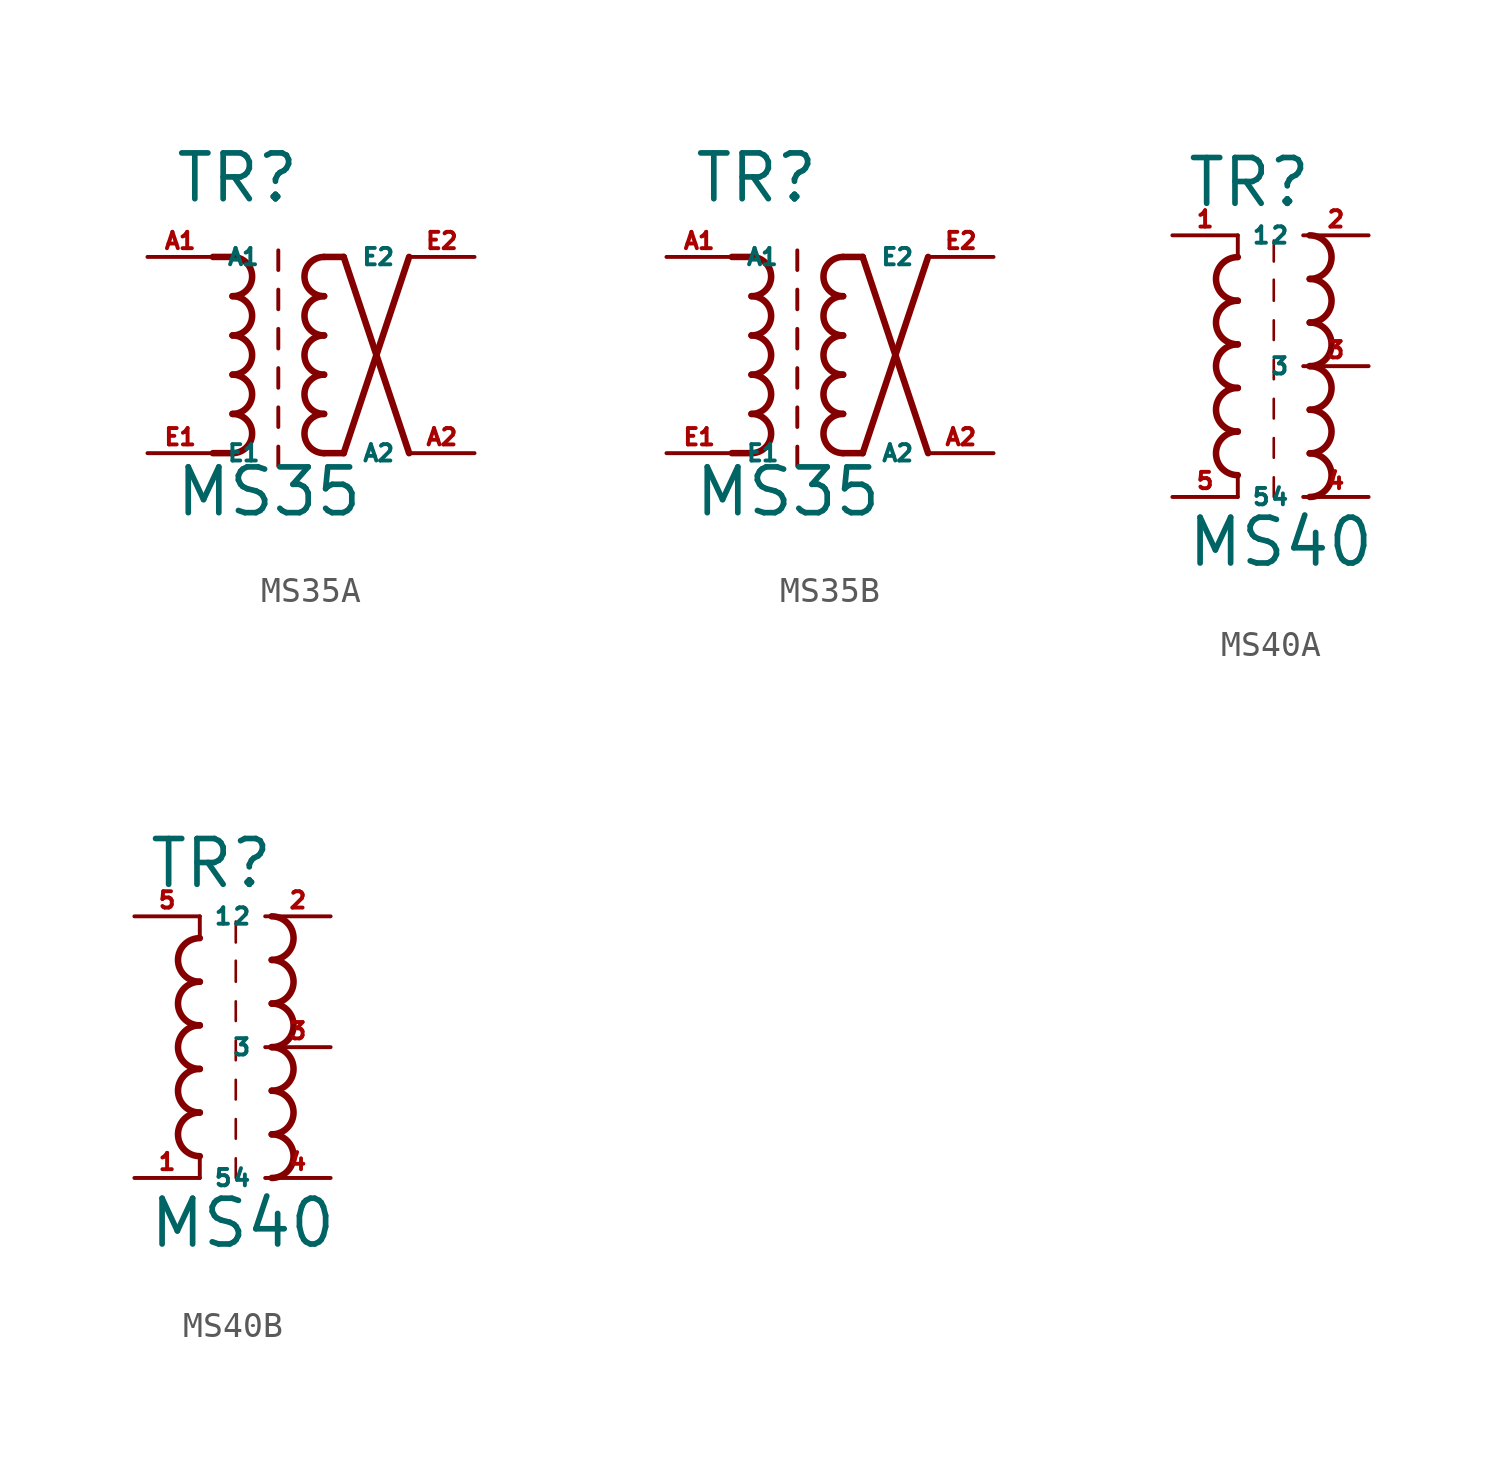
<source format=kicad_sym>
(kicad_symbol_lib
  (version 20220914)
  (generator kicad_symbol_editor)
  (symbol "MS35A"
    (property "Reference" "TR"
      (at -4.064 7.112 0)
      (effects (font (size 1.778 1.778) (thickness 0.22)) (justify left bottom)))
    (property "Value" "MS35"
      (at -4.064 -5.08 0)
      (effects (font (size 1.778 1.778) (thickness 0.22)) (justify left bottom)))
    (symbol "MS35A_1_1"
      (arc (start -1.778 -2.54) (mid -1.0193 -1.778) (end -1.778 -1.016) (stroke (width 0.254) (type default)) (fill (type none)))
      (arc (start -1.778 -1.016) (mid -1.0193 -0.254) (end -1.778 0.508) (stroke (width 0.254) (type default)) (fill (type none)))
      (arc (start -1.778 0.508) (mid -1.0193 1.27) (end -1.778 2.032) (stroke (width 0.254) (type default)) (fill (type none)))
      (arc (start -1.778 2.032) (mid -1.0193 2.794) (end -1.778 3.556) (stroke (width 0.254) (type default)) (fill (type none)))
      (arc (start -1.778 3.556) (mid -1.0193 4.318) (end -1.778 5.08) (stroke (width 0.254) (type default)) (fill (type none)))
      (polyline (pts (xy -1.778 -2.54) (xy -2.54 -2.54)) (stroke (width 0.254) (type default)) (fill (type none)))
      (polyline (pts (xy -1.778 5.08) (xy -2.54 5.08)) (stroke (width 0.254) (type default)) (fill (type none)))
      (polyline (pts (xy 0 -2.286) (xy 0 -3.048)) (stroke (width 0.152) (type default)) (fill (type none)))
      (polyline (pts (xy 0 -0.762) (xy 0 -1.524)) (stroke (width 0.152) (type default)) (fill (type none)))
      (polyline (pts (xy 0 0.762) (xy 0 0)) (stroke (width 0.152) (type default)) (fill (type none)))
      (polyline (pts (xy 0 2.286) (xy 0 1.524)) (stroke (width 0.152) (type default)) (fill (type none)))
      (polyline (pts (xy 0 3.81) (xy 0 3.048)) (stroke (width 0.152) (type default)) (fill (type none)))
      (polyline (pts (xy 0 5.334) (xy 0 4.572)) (stroke (width 0.152) (type default)) (fill (type none)))
      (polyline (pts (xy 1.778 -2.54) (xy 2.54 -2.54)) (stroke (width 0.254) (type default)) (fill (type none)))
      (polyline (pts (xy 1.778 5.08) (xy 2.54 5.08)) (stroke (width 0.254) (type default)) (fill (type none)))
      (polyline (pts (xy 2.54 -2.54) (xy 5.08 5.08)) (stroke (width 0.254) (type default)) (fill (type none)))
      (polyline (pts (xy 2.54 5.08) (xy 5.08 -2.54)) (stroke (width 0.254) (type default)) (fill (type none)))
      (arc (start 1.778 -1.016) (mid 1.0193 -1.778) (end 1.778 -2.54) (stroke (width 0.254) (type default)) (fill (type none)))
      (arc (start 1.778 0.508) (mid 1.0193 -0.254) (end 1.778 -1.016) (stroke (width 0.254) (type default)) (fill (type none)))
      (arc (start 1.778 2.032) (mid 1.0193 1.27) (end 1.778 0.508) (stroke (width 0.254) (type default)) (fill (type none)))
      (arc (start 1.778 3.556) (mid 1.0193 2.794) (end 1.778 2.032) (stroke (width 0.254) (type default)) (fill (type none)))
      (arc (start 1.778 5.08) (mid 1.0193 4.318) (end 1.778 3.556) (stroke (width 0.254) (type default)) (fill (type none)))
      (pin passive line (at -5.08 5.08 0) (length 2.54) (name "A1" (effects (font (size 0.635 0.635)))) (number "A1" (effects (font (size 0.635 0.635)))))
      (pin passive line (at 7.62 -2.54 180) (length 2.54) (name "A2" (effects (font (size 0.635 0.635)))) (number "A2" (effects (font (size 0.635 0.635)))))
      (pin passive line (at -5.08 -2.54 0) (length 2.54) (name "E1" (effects (font (size 0.635 0.635)))) (number "E1" (effects (font (size 0.635 0.635)))))
      (pin passive line (at 7.62 5.08 180) (length 2.54) (name "E2" (effects (font (size 0.635 0.635)))) (number "E2" (effects (font (size 0.635 0.635)))))))
  (symbol "MS35B"
    (property "Reference" "TR"
      (at -4.064 7.112 0)
      (effects (font (size 1.778 1.778) (thickness 0.22)) (justify left bottom)))
    (property "Value" "MS35"
      (at -4.064 -5.08 0)
      (effects (font (size 1.778 1.778) (thickness 0.22)) (justify left bottom)))
    (symbol "MS35B_1_1"
      (arc (start -1.778 -2.54) (mid -1.0193 -1.778) (end -1.778 -1.016) (stroke (width 0.254) (type default)) (fill (type none)))
      (arc (start -1.778 -1.016) (mid -1.0193 -0.254) (end -1.778 0.508) (stroke (width 0.254) (type default)) (fill (type none)))
      (arc (start -1.778 0.508) (mid -1.0193 1.27) (end -1.778 2.032) (stroke (width 0.254) (type default)) (fill (type none)))
      (arc (start -1.778 2.032) (mid -1.0193 2.794) (end -1.778 3.556) (stroke (width 0.254) (type default)) (fill (type none)))
      (arc (start -1.778 3.556) (mid -1.0193 4.318) (end -1.778 5.08) (stroke (width 0.254) (type default)) (fill (type none)))
      (polyline (pts (xy -1.778 -2.54) (xy -2.54 -2.54)) (stroke (width 0.254) (type default)) (fill (type none)))
      (polyline (pts (xy -1.778 5.08) (xy -2.54 5.08)) (stroke (width 0.254) (type default)) (fill (type none)))
      (polyline (pts (xy 0 -2.286) (xy 0 -3.048)) (stroke (width 0.152) (type default)) (fill (type none)))
      (polyline (pts (xy 0 -0.762) (xy 0 -1.524)) (stroke (width 0.152) (type default)) (fill (type none)))
      (polyline (pts (xy 0 0.762) (xy 0 0)) (stroke (width 0.152) (type default)) (fill (type none)))
      (polyline (pts (xy 0 2.286) (xy 0 1.524)) (stroke (width 0.152) (type default)) (fill (type none)))
      (polyline (pts (xy 0 3.81) (xy 0 3.048)) (stroke (width 0.152) (type default)) (fill (type none)))
      (polyline (pts (xy 0 5.334) (xy 0 4.572)) (stroke (width 0.152) (type default)) (fill (type none)))
      (polyline (pts (xy 1.778 -2.54) (xy 2.54 -2.54)) (stroke (width 0.254) (type default)) (fill (type none)))
      (polyline (pts (xy 1.778 5.08) (xy 2.54 5.08)) (stroke (width 0.254) (type default)) (fill (type none)))
      (polyline (pts (xy 2.54 -2.54) (xy 5.08 5.08)) (stroke (width 0.254) (type default)) (fill (type none)))
      (polyline (pts (xy 2.54 5.08) (xy 5.08 -2.54)) (stroke (width 0.254) (type default)) (fill (type none)))
      (arc (start 1.778 -1.016) (mid 1.0193 -1.778) (end 1.778 -2.54) (stroke (width 0.254) (type default)) (fill (type none)))
      (arc (start 1.778 0.508) (mid 1.0193 -0.254) (end 1.778 -1.016) (stroke (width 0.254) (type default)) (fill (type none)))
      (arc (start 1.778 2.032) (mid 1.0193 1.27) (end 1.778 0.508) (stroke (width 0.254) (type default)) (fill (type none)))
      (arc (start 1.778 3.556) (mid 1.0193 2.794) (end 1.778 2.032) (stroke (width 0.254) (type default)) (fill (type none)))
      (arc (start 1.778 5.08) (mid 1.0193 4.318) (end 1.778 3.556) (stroke (width 0.254) (type default)) (fill (type none)))
      (pin passive line (at -5.08 5.08 0) (length 2.54) (name "A1" (effects (font (size 0.635 0.635)))) (number "A1" (effects (font (size 0.635 0.635)))))
      (pin passive line (at 7.62 -2.54 180) (length 2.54) (name "A2" (effects (font (size 0.635 0.635)))) (number "A2" (effects (font (size 0.635 0.635)))))
      (pin passive line (at -5.08 -2.54 0) (length 2.54) (name "E1" (effects (font (size 0.635 0.635)))) (number "E1" (effects (font (size 0.635 0.635)))))
      (pin passive line (at 7.62 5.08 180) (length 2.54) (name "E2" (effects (font (size 0.635 0.635)))) (number "E2" (effects (font (size 0.635 0.635)))))))
  (symbol "MS40A"
    (property "Reference" "TR"
      (at -4.572 6.096 0)
      (effects (font (size 1.778 1.778) (thickness 0.22)) (justify left bottom)))
    (property "Value" "MS40"
      (at -4.572 -7.874 0)
      (effects (font (size 1.778 1.778) (thickness 0.22)) (justify left bottom)))
    (symbol "MS40A_1_1"
      (arc (start -2.54 -2.54) (mid -3.3864 -3.3867) (end -2.54 -4.2334) (stroke (width 0.254) (type default)) (fill (type none)))
      (arc (start -2.54 -0.8466) (mid -3.3864 -1.6933) (end -2.54 -2.54) (stroke (width 0.254) (type default)) (fill (type none)))
      (arc (start -2.54 0.8466) (mid -3.3862 0) (end -2.54 -0.8466) (stroke (width 0.254) (type default)) (fill (type none)))
      (arc (start -2.54 2.54) (mid -3.3864 1.6933) (end -2.54 0.8466) (stroke (width 0.254) (type default)) (fill (type none)))
      (arc (start -2.54 4.2334) (mid -3.3864 3.3867) (end -2.54 2.54) (stroke (width 0.254) (type default)) (fill (type none)))
      (polyline (pts (xy -2.54 -4.318) (xy -2.54 -5.08)) (stroke (width 0.152) (type default)) (fill (type none)))
      (polyline (pts (xy -2.54 5.08) (xy -2.54 4.318)) (stroke (width 0.152) (type default)) (fill (type none)))
      (polyline (pts (xy -1.143 -5.08) (xy -1.143 -4.318)) (stroke (width 0.102) (type default)) (fill (type none)))
      (polyline (pts (xy -1.143 -3.556) (xy -1.143 -2.794)) (stroke (width 0.102) (type default)) (fill (type none)))
      (polyline (pts (xy -1.143 -2.032) (xy -1.143 -1.27)) (stroke (width 0.102) (type default)) (fill (type none)))
      (polyline (pts (xy -1.143 -0.508) (xy -1.143 0.254)) (stroke (width 0.102) (type default)) (fill (type none)))
      (polyline (pts (xy -1.143 1.016) (xy -1.143 1.778)) (stroke (width 0.102) (type default)) (fill (type none)))
      (polyline (pts (xy -1.143 2.54) (xy -1.143 3.356)) (stroke (width 0.102) (type default)) (fill (type none)))
      (polyline (pts (xy -1.143 4.064) (xy -1.143 4.88)) (stroke (width 0.102) (type default)) (fill (type none)))
      (arc (start 0.254 -5.08) (mid 1.1004 -4.2333) (end 0.254 -3.3866) (stroke (width 0.254) (type default)) (fill (type none)))
      (arc (start 0.254 -3.3866) (mid 1.1002 -2.54) (end 0.254 -1.6934) (stroke (width 0.254) (type default)) (fill (type none)))
      (arc (start 0.254 -1.6934) (mid 1.1004 -0.8467) (end 0.254 0) (stroke (width 0.254) (type default)) (fill (type none)))
      (arc (start 0.254 0) (mid 1.1004 0.8467) (end 0.254 1.6934) (stroke (width 0.254) (type default)) (fill (type none)))
      (arc (start 0.254 1.6932) (mid 1.1004 2.5399) (end 0.254 3.3866) (stroke (width 0.254) (type default)) (fill (type none)))
      (arc (start 0.254 3.3866) (mid 1.1004 4.2333) (end 0.254 5.08) (stroke (width 0.254) (type default)) (fill (type none)))
      (pin passive line (at -5.08 5.08 0) (length 2.54) (name "1" (effects (font (size 0.635 0.635)))) (number "1" (effects (font (size 0.635 0.635)))))
      (pin passive line (at 2.54 5.08 180) (length 2.54) (name "2" (effects (font (size 0.635 0.635)))) (number "2" (effects (font (size 0.635 0.635)))))
      (pin passive line (at 2.54 0 180) (length 2.54) (name "3" (effects (font (size 0.635 0.635)))) (number "3" (effects (font (size 0.635 0.635)))))
      (pin passive line (at 2.54 -5.08 180) (length 2.54) (name "4" (effects (font (size 0.635 0.635)))) (number "4" (effects (font (size 0.635 0.635)))))
      (pin passive line (at -5.08 -5.08 0) (length 2.54) (name "5" (effects (font (size 0.635 0.635)))) (number "5" (effects (font (size 0.635 0.635)))))))
  (symbol "MS40B"
    (property "Reference" "TR"
      (at -4.572 6.096 0)
      (effects (font (size 1.778 1.778) (thickness 0.22)) (justify left bottom)))
    (property "Value" "MS40"
      (at -4.572 -7.874 0)
      (effects (font (size 1.778 1.778) (thickness 0.22)) (justify left bottom)))
    (symbol "MS40B_1_1"
      (arc (start -2.54 -2.54) (mid -3.3864 -3.3867) (end -2.54 -4.2334) (stroke (width 0.254) (type default)) (fill (type none)))
      (arc (start -2.54 -0.8466) (mid -3.3864 -1.6933) (end -2.54 -2.54) (stroke (width 0.254) (type default)) (fill (type none)))
      (arc (start -2.54 0.8466) (mid -3.3862 0) (end -2.54 -0.8466) (stroke (width 0.254) (type default)) (fill (type none)))
      (arc (start -2.54 2.54) (mid -3.3864 1.6933) (end -2.54 0.8466) (stroke (width 0.254) (type default)) (fill (type none)))
      (arc (start -2.54 4.2334) (mid -3.3864 3.3867) (end -2.54 2.54) (stroke (width 0.254) (type default)) (fill (type none)))
      (polyline (pts (xy -2.54 -4.318) (xy -2.54 -5.08)) (stroke (width 0.152) (type default)) (fill (type none)))
      (polyline (pts (xy -2.54 5.08) (xy -2.54 4.318)) (stroke (width 0.152) (type default)) (fill (type none)))
      (polyline (pts (xy -1.143 -5.08) (xy -1.143 -4.318)) (stroke (width 0.102) (type default)) (fill (type none)))
      (polyline (pts (xy -1.143 -3.556) (xy -1.143 -2.794)) (stroke (width 0.102) (type default)) (fill (type none)))
      (polyline (pts (xy -1.143 -2.032) (xy -1.143 -1.27)) (stroke (width 0.102) (type default)) (fill (type none)))
      (polyline (pts (xy -1.143 -0.508) (xy -1.143 0.254)) (stroke (width 0.102) (type default)) (fill (type none)))
      (polyline (pts (xy -1.143 1.016) (xy -1.143 1.778)) (stroke (width 0.102) (type default)) (fill (type none)))
      (polyline (pts (xy -1.143 2.54) (xy -1.143 3.356)) (stroke (width 0.102) (type default)) (fill (type none)))
      (polyline (pts (xy -1.143 4.064) (xy -1.143 4.88)) (stroke (width 0.102) (type default)) (fill (type none)))
      (arc (start 0.254 -5.08) (mid 1.1004 -4.2333) (end 0.254 -3.3866) (stroke (width 0.254) (type default)) (fill (type none)))
      (arc (start 0.254 -3.3866) (mid 1.1002 -2.54) (end 0.254 -1.6934) (stroke (width 0.254) (type default)) (fill (type none)))
      (arc (start 0.254 -1.6934) (mid 1.1004 -0.8467) (end 0.254 0) (stroke (width 0.254) (type default)) (fill (type none)))
      (arc (start 0.254 0) (mid 1.1004 0.8467) (end 0.254 1.6934) (stroke (width 0.254) (type default)) (fill (type none)))
      (arc (start 0.254 1.6932) (mid 1.1004 2.5399) (end 0.254 3.3866) (stroke (width 0.254) (type default)) (fill (type none)))
      (arc (start 0.254 3.3866) (mid 1.1004 4.2333) (end 0.254 5.08) (stroke (width 0.254) (type default)) (fill (type none)))
      (pin passive line (at -5.08 -5.08 0) (length 2.54) (name "5" (effects (font (size 0.635 0.635)))) (number "1" (effects (font (size 0.635 0.635)))))
      (pin passive line (at 2.54 5.08 180) (length 2.54) (name "2" (effects (font (size 0.635 0.635)))) (number "2" (effects (font (size 0.635 0.635)))))
      (pin passive line (at 2.54 0 180) (length 2.54) (name "3" (effects (font (size 0.635 0.635)))) (number "3" (effects (font (size 0.635 0.635)))))
      (pin passive line (at 2.54 -5.08 180) (length 2.54) (name "4" (effects (font (size 0.635 0.635)))) (number "4" (effects (font (size 0.635 0.635)))))
      (pin passive line (at -5.08 5.08 0) (length 2.54) (name "1" (effects (font (size 0.635 0.635)))) (number "5" (effects (font (size 0.635 0.635))))))))
</source>
